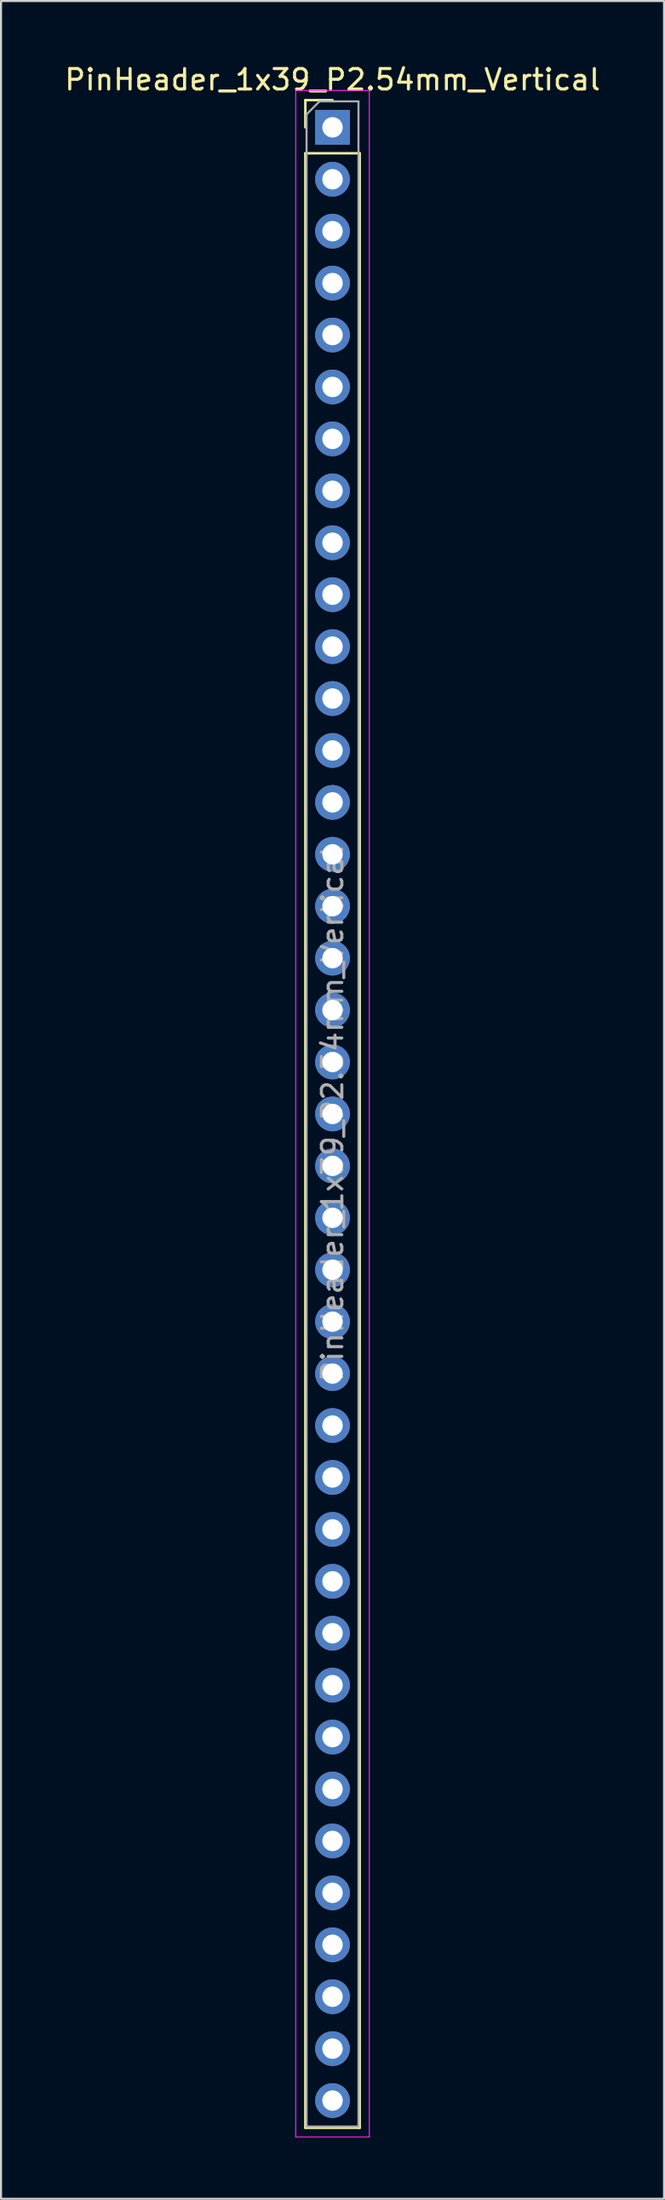
<source format=kicad_pcb>
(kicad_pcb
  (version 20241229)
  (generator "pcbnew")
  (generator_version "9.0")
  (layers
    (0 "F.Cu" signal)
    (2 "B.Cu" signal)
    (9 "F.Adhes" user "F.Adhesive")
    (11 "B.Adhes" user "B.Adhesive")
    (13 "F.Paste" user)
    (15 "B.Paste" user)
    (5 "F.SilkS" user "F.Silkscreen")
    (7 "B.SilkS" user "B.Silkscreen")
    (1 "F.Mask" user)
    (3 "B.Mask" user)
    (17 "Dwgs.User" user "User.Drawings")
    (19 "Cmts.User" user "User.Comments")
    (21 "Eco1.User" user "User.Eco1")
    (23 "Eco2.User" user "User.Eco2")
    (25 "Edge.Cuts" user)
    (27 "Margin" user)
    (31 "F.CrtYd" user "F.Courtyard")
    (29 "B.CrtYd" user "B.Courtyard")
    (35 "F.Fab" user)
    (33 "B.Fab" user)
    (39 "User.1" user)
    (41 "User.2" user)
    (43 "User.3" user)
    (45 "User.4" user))
  (footprint "PinHeader_1x39_P2.54mm_Vertical"
    (layer "F.Cu")
    (at 13.22 3.178)
    (property "Reference" "PinHeader_1x39_P2.54mm_Vertical" (at 0 -2.33 0) (layer "F.SilkS") (effects (font (size 1 1) (thickness 0.15))))
    (attr through_hole)
    (fp_line (start -1.33 -1.33) (end 0 -1.33) (stroke (width 0.12) (type solid)) (layer "F.SilkS"))
    (fp_line (start -1.33 0) (end -1.33 -1.33) (stroke (width 0.12) (type solid)) (layer "F.SilkS"))
    (fp_line (start -1.33 1.27) (end -1.33 97.85) (stroke (width 0.12) (type solid)) (layer "F.SilkS"))
    (fp_line (start -1.33 1.27) (end 1.33 1.27) (stroke (width 0.12) (type solid)) (layer "F.SilkS"))
    (fp_line (start -1.33 97.85) (end 1.33 97.85) (stroke (width 0.12) (type solid)) (layer "F.SilkS"))
    (fp_line (start 1.33 1.27) (end 1.33 97.85) (stroke (width 0.12) (type solid)) (layer "F.SilkS"))
    (fp_line (start -1.8 -1.8) (end -1.8 98.3) (stroke (width 0.05) (type solid)) (layer "F.CrtYd"))
    (fp_line (start -1.8 98.3) (end 1.8 98.3) (stroke (width 0.05) (type solid)) (layer "F.CrtYd"))
    (fp_line (start 1.8 -1.8) (end -1.8 -1.8) (stroke (width 0.05) (type solid)) (layer "F.CrtYd"))
    (fp_line (start 1.8 98.3) (end 1.8 -1.8) (stroke (width 0.05) (type solid)) (layer "F.CrtYd"))
    (fp_line (start -1.27 -0.635) (end -0.635 -1.27) (stroke (width 0.1) (type solid)) (layer "F.Fab"))
    (fp_line (start -1.27 97.79) (end -1.27 -0.635) (stroke (width 0.1) (type solid)) (layer "F.Fab"))
    (fp_line (start -0.635 -1.27) (end 1.27 -1.27) (stroke (width 0.1) (type solid)) (layer "F.Fab"))
    (fp_line (start 1.27 -1.27) (end 1.27 97.79) (stroke (width 0.1) (type solid)) (layer "F.Fab"))
    (fp_line (start 1.27 97.79) (end -1.27 97.79) (stroke (width 0.1) (type solid)) (layer "F.Fab"))
    (fp_text user "${REFERENCE}" (at 0 48.26 90) (layer "F.Fab") (effects (font (size 1 1) (thickness 0.15))))
    (pad "1" thru_hole rect (at 0 0) (size 1.7 1.7) (drill 1) (layers "*.Cu" "*.Mask"))
    (pad "2" thru_hole oval (at 0 2.54) (size 1.7 1.7) (drill 1) (layers "*.Cu" "*.Mask"))
    (pad "3" thru_hole oval (at 0 5.08) (size 1.7 1.7) (drill 1) (layers "*.Cu" "*.Mask"))
    (pad "4" thru_hole oval (at 0 7.62) (size 1.7 1.7) (drill 1) (layers "*.Cu" "*.Mask"))
    (pad "5" thru_hole oval (at 0 10.16) (size 1.7 1.7) (drill 1) (layers "*.Cu" "*.Mask"))
    (pad "6" thru_hole oval (at 0 12.7) (size 1.7 1.7) (drill 1) (layers "*.Cu" "*.Mask"))
    (pad "7" thru_hole oval (at 0 15.24) (size 1.7 1.7) (drill 1) (layers "*.Cu" "*.Mask"))
    (pad "8" thru_hole oval (at 0 17.78) (size 1.7 1.7) (drill 1) (layers "*.Cu" "*.Mask"))
    (pad "9" thru_hole oval (at 0 20.32) (size 1.7 1.7) (drill 1) (layers "*.Cu" "*.Mask"))
    (pad "10" thru_hole oval (at 0 22.86) (size 1.7 1.7) (drill 1) (layers "*.Cu" "*.Mask"))
    (pad "11" thru_hole oval (at 0 25.4) (size 1.7 1.7) (drill 1) (layers "*.Cu" "*.Mask"))
    (pad "12" thru_hole oval (at 0 27.94) (size 1.7 1.7) (drill 1) (layers "*.Cu" "*.Mask"))
    (pad "13" thru_hole oval (at 0 30.48) (size 1.7 1.7) (drill 1) (layers "*.Cu" "*.Mask"))
    (pad "14" thru_hole oval (at 0 33.02) (size 1.7 1.7) (drill 1) (layers "*.Cu" "*.Mask"))
    (pad "15" thru_hole oval (at 0 35.56) (size 1.7 1.7) (drill 1) (layers "*.Cu" "*.Mask"))
    (pad "16" thru_hole oval (at 0 38.1) (size 1.7 1.7) (drill 1) (layers "*.Cu" "*.Mask"))
    (pad "17" thru_hole oval (at 0 40.64) (size 1.7 1.7) (drill 1) (layers "*.Cu" "*.Mask"))
    (pad "18" thru_hole oval (at 0 43.18) (size 1.7 1.7) (drill 1) (layers "*.Cu" "*.Mask"))
    (pad "19" thru_hole oval (at 0 45.72) (size 1.7 1.7) (drill 1) (layers "*.Cu" "*.Mask"))
    (pad "20" thru_hole oval (at 0 48.26) (size 1.7 1.7) (drill 1) (layers "*.Cu" "*.Mask"))
    (pad "21" thru_hole oval (at 0 50.8) (size 1.7 1.7) (drill 1) (layers "*.Cu" "*.Mask"))
    (pad "22" thru_hole oval (at 0 53.34) (size 1.7 1.7) (drill 1) (layers "*.Cu" "*.Mask"))
    (pad "23" thru_hole oval (at 0 55.88) (size 1.7 1.7) (drill 1) (layers "*.Cu" "*.Mask"))
    (pad "24" thru_hole oval (at 0 58.42) (size 1.7 1.7) (drill 1) (layers "*.Cu" "*.Mask"))
    (pad "25" thru_hole oval (at 0 60.96) (size 1.7 1.7) (drill 1) (layers "*.Cu" "*.Mask"))
    (pad "26" thru_hole oval (at 0 63.5) (size 1.7 1.7) (drill 1) (layers "*.Cu" "*.Mask"))
    (pad "27" thru_hole oval (at 0 66.04) (size 1.7 1.7) (drill 1) (layers "*.Cu" "*.Mask"))
    (pad "28" thru_hole oval (at 0 68.58) (size 1.7 1.7) (drill 1) (layers "*.Cu" "*.Mask"))
    (pad "29" thru_hole oval (at 0 71.12) (size 1.7 1.7) (drill 1) (layers "*.Cu" "*.Mask"))
    (pad "30" thru_hole oval (at 0 73.66) (size 1.7 1.7) (drill 1) (layers "*.Cu" "*.Mask"))
    (pad "31" thru_hole oval (at 0 76.2) (size 1.7 1.7) (drill 1) (layers "*.Cu" "*.Mask"))
    (pad "32" thru_hole oval (at 0 78.74) (size 1.7 1.7) (drill 1) (layers "*.Cu" "*.Mask"))
    (pad "33" thru_hole oval (at 0 81.28) (size 1.7 1.7) (drill 1) (layers "*.Cu" "*.Mask"))
    (pad "34" thru_hole oval (at 0 83.82) (size 1.7 1.7) (drill 1) (layers "*.Cu" "*.Mask"))
    (pad "35" thru_hole oval (at 0 86.36) (size 1.7 1.7) (drill 1) (layers "*.Cu" "*.Mask"))
    (pad "36" thru_hole oval (at 0 88.9) (size 1.7 1.7) (drill 1) (layers "*.Cu" "*.Mask"))
    (pad "37" thru_hole oval (at 0 91.44) (size 1.7 1.7) (drill 1) (layers "*.Cu" "*.Mask"))
    (pad "38" thru_hole oval (at 0 93.98) (size 1.7 1.7) (drill 1) (layers "*.Cu" "*.Mask"))
    (pad "39" thru_hole oval (at 0 96.52) (size 1.7 1.7) (drill 1) (layers "*.Cu" "*.Mask")))
  (gr_rect
    (start -3 -3)
    (end 29.44 104.503)
    (stroke (width 0.1) (type default))
    (fill no)
    (layer "Edge.Cuts")))
</source>
